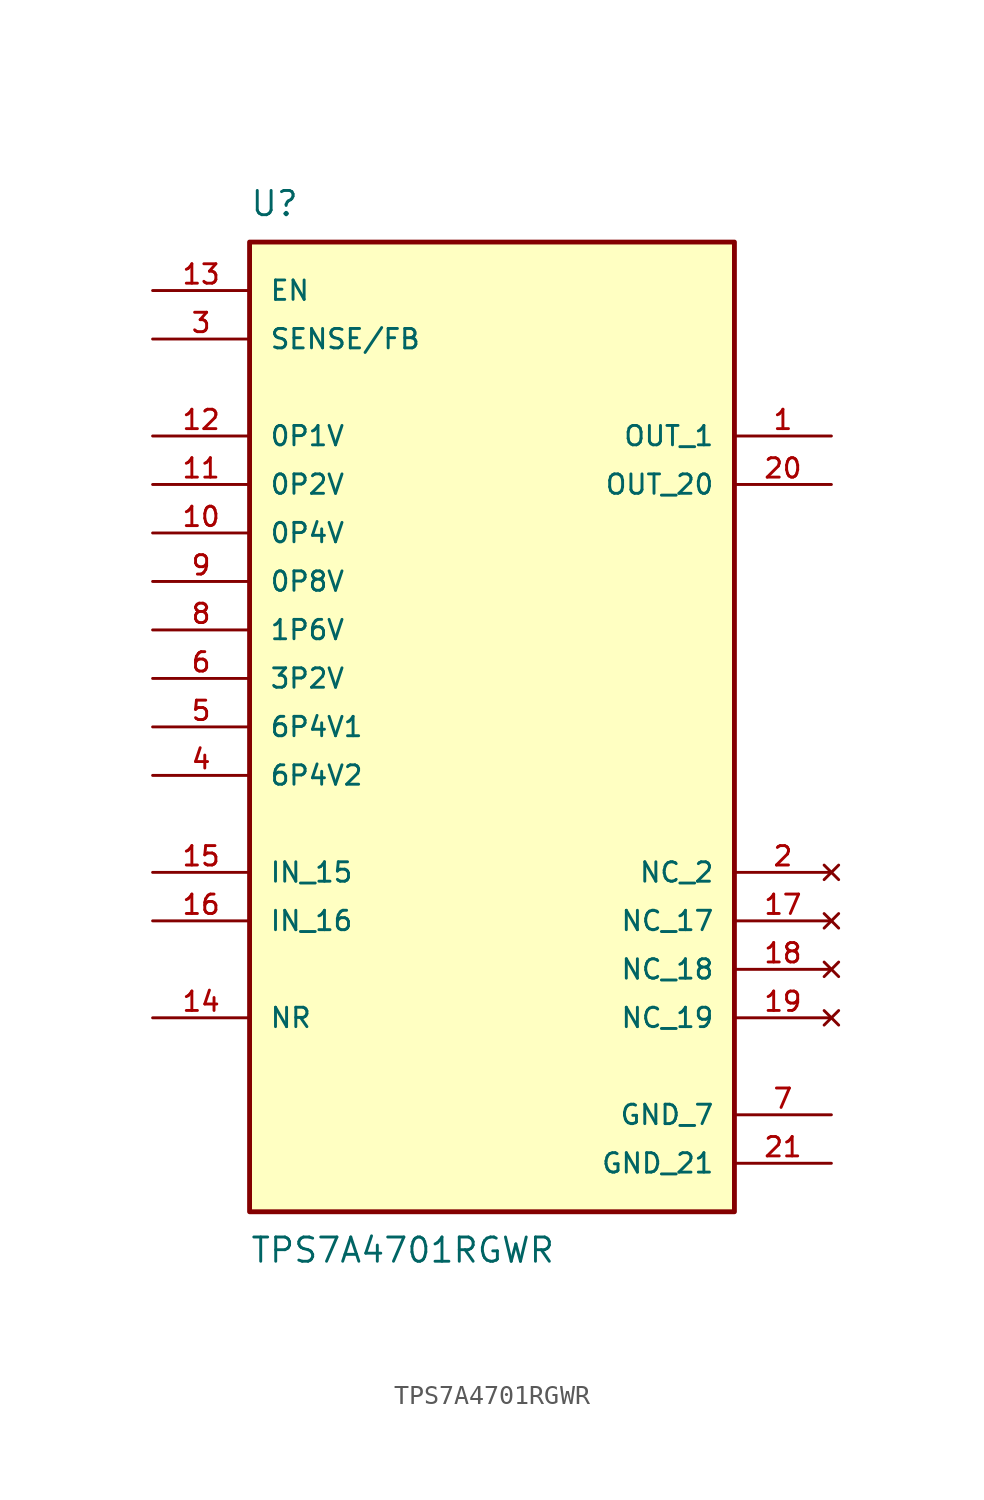
<source format=kicad_sym>
(kicad_symbol_lib
  (version 20211014)
  (generator kicad_symbol_editor)
  (symbol "TPS7A4701RGWR"
    (pin_names
      (offset 1.016))
    (property "Reference" "U"
      (at -12.7 26.67 0)
      (effects (font (size 1.27 1.27)) (justify bottom left)))
    (property "Value" "TPS7A4701RGWR"
      (at -12.7 -26.67 0)
      (effects (font (size 1.27 1.27)) (justify top left)))
    (symbol "TPS7A4701RGWR_0_0"
      (rectangle (start -12.7 -25.4) (end 12.7 25.4) (stroke (width 0.254)) (fill (type background)))
      (pin input line (at -17.78 15.24 0) (length 5.08) (name "0P1V" (effects (font (size 1.016 1.016)))) (number "12" (effects (font (size 1.016 1.016)))))
      (pin input line (at -17.78 12.7 0) (length 5.08) (name "0P2V" (effects (font (size 1.016 1.016)))) (number "11" (effects (font (size 1.016 1.016)))))
      (pin input line (at -17.78 10.16 0) (length 5.08) (name "0P4V" (effects (font (size 1.016 1.016)))) (number "10" (effects (font (size 1.016 1.016)))))
      (pin input line (at -17.78 7.62 0) (length 5.08) (name "0P8V" (effects (font (size 1.016 1.016)))) (number "9" (effects (font (size 1.016 1.016)))))
      (pin input line (at -17.78 5.08 0) (length 5.08) (name "1P6V" (effects (font (size 1.016 1.016)))) (number "8" (effects (font (size 1.016 1.016)))))
      (pin input line (at -17.78 2.54 0) (length 5.08) (name "3P2V" (effects (font (size 1.016 1.016)))) (number "6" (effects (font (size 1.016 1.016)))))
      (pin input line (at -17.78 0.0 0) (length 5.08) (name "6P4V1" (effects (font (size 1.016 1.016)))) (number "5" (effects (font (size 1.016 1.016)))))
      (pin input line (at -17.78 -2.54 0) (length 5.08) (name "6P4V2" (effects (font (size 1.016 1.016)))) (number "4" (effects (font (size 1.016 1.016)))))
      (pin input line (at -17.78 22.86 0) (length 5.08) (name "EN" (effects (font (size 1.016 1.016)))) (number "13" (effects (font (size 1.016 1.016)))))
      (pin power_in line (at 17.78 -20.32 180.0) (length 5.08) (name "GND_7" (effects (font (size 1.016 1.016)))) (number "7" (effects (font (size 1.016 1.016)))))
      (pin input line (at -17.78 -7.62 0) (length 5.08) (name "IN_15" (effects (font (size 1.016 1.016)))) (number "15" (effects (font (size 1.016 1.016)))))
      (pin input line (at -17.78 -10.16 0) (length 5.08) (name "IN_16" (effects (font (size 1.016 1.016)))) (number "16" (effects (font (size 1.016 1.016)))))
      (pin passive line (at -17.78 -15.24 0) (length 5.08) (name "NR" (effects (font (size 1.016 1.016)))) (number "14" (effects (font (size 1.016 1.016)))))
      (pin output line (at 17.78 15.24 180.0) (length 5.08) (name "OUT_1" (effects (font (size 1.016 1.016)))) (number "1" (effects (font (size 1.016 1.016)))))
      (pin output line (at 17.78 12.7 180.0) (length 5.08) (name "OUT_20" (effects (font (size 1.016 1.016)))) (number "20" (effects (font (size 1.016 1.016)))))
      (pin input line (at -17.78 20.32 0) (length 5.08) (name "SENSE/FB" (effects (font (size 1.016 1.016)))) (number "3" (effects (font (size 1.016 1.016)))))
      (pin power_in line (at 17.78 -22.86 180.0) (length 5.08) (name "GND_21" (effects (font (size 1.016 1.016)))) (number "21" (effects (font (size 1.016 1.016)))))
      (pin no_connect line (at 17.78 -7.62 180.0) (length 5.08) (name "NC_2" (effects (font (size 1.016 1.016)))) (number "2" (effects (font (size 1.016 1.016)))))
      (pin no_connect line (at 17.78 -10.16 180.0) (length 5.08) (name "NC_17" (effects (font (size 1.016 1.016)))) (number "17" (effects (font (size 1.016 1.016)))))
      (pin no_connect line (at 17.78 -12.7 180.0) (length 5.08) (name "NC_18" (effects (font (size 1.016 1.016)))) (number "18" (effects (font (size 1.016 1.016)))))
      (pin no_connect line (at 17.78 -15.24 180.0) (length 5.08) (name "NC_19" (effects (font (size 1.016 1.016)))) (number "19" (effects (font (size 1.016 1.016))))))))
</source>
